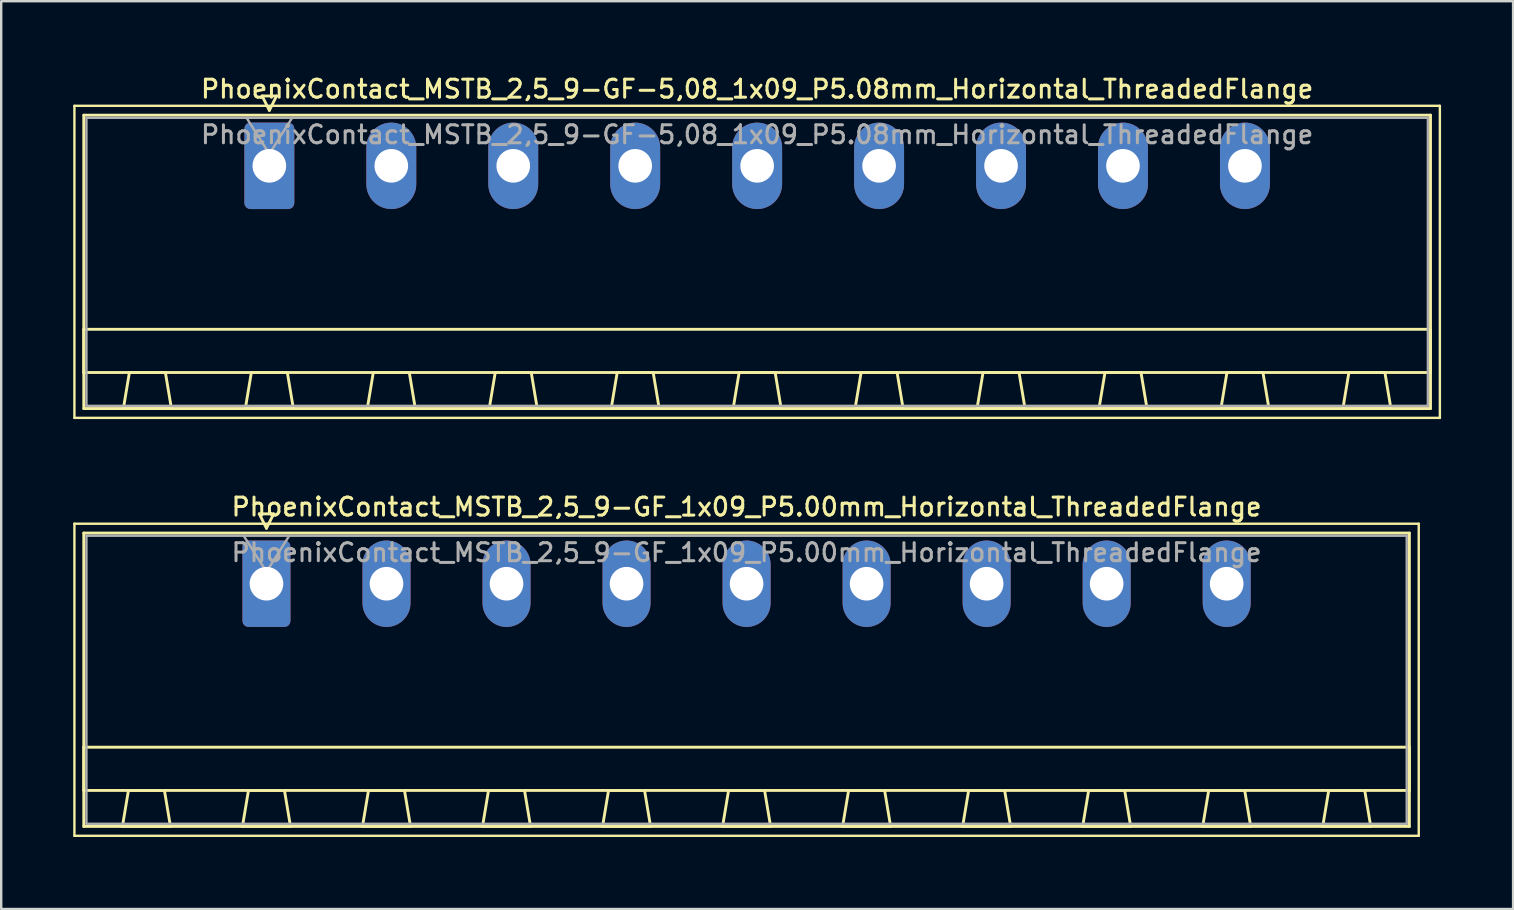
<source format=kicad_pcb>
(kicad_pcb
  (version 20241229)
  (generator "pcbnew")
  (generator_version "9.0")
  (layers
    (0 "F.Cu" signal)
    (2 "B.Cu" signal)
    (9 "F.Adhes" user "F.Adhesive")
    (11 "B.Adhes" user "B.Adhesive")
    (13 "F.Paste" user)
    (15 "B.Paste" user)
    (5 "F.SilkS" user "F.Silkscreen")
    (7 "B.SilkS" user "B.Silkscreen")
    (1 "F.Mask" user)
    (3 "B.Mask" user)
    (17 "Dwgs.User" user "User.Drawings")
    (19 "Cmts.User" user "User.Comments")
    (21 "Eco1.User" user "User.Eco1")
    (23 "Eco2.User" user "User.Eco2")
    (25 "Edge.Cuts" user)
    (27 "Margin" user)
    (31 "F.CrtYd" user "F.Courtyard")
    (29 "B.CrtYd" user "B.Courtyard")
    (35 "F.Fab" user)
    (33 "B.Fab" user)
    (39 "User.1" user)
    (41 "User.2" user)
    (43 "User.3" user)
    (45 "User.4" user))
  (footprint "PhoenixContact_MSTB_2,5_9-GF-5,08_1x09_P5.08mm_Horizontal_ThreadedFlange"
    (layer "F.Cu")
    (at 8.17 3.858)
    (property "Reference" "PhoenixContact_MSTB_2,5_9-GF-5,08_1x09_P5.08mm_Horizontal_ThreadedFlange" (at 20.32 -3.2 0) (layer "F.SilkS") (effects (font (size 0.75 0.75) (thickness 0.125))))
    (attr through_hole)
    (fp_line (start -8.12 -2.5) (end -8.12 10.5) (stroke (width 0.1) (type solid)) (layer "F.SilkS"))
    (fp_line (start -8.12 10.5) (end 48.76 10.5) (stroke (width 0.1) (type solid)) (layer "F.SilkS"))
    (fp_line (start -7.73 -2.11) (end -7.73 10.11) (stroke (width 0.12) (type solid)) (layer "F.SilkS"))
    (fp_line (start -7.73 6.81) (end 48.37 6.81) (stroke (width 0.12) (type solid)) (layer "F.SilkS"))
    (fp_line (start -7.73 8.61) (end -7.73 6.81) (stroke (width 0.12) (type solid)) (layer "F.SilkS"))
    (fp_line (start -7.73 10.11) (end 48.37 10.11) (stroke (width 0.12) (type solid)) (layer "F.SilkS"))
    (fp_line (start -6.08 10.11) (end -4.08 10.11) (stroke (width 0.12) (type solid)) (layer "F.SilkS"))
    (fp_line (start -5.83 8.61) (end -6.08 10.11) (stroke (width 0.12) (type solid)) (layer "F.SilkS"))
    (fp_line (start -4.33 8.61) (end -5.83 8.61) (stroke (width 0.12) (type solid)) (layer "F.SilkS"))
    (fp_line (start -4.08 10.11) (end -4.33 8.61) (stroke (width 0.12) (type solid)) (layer "F.SilkS"))
    (fp_line (start -1 10.11) (end 1 10.11) (stroke (width 0.12) (type solid)) (layer "F.SilkS"))
    (fp_line (start -0.75 8.61) (end -1 10.11) (stroke (width 0.12) (type solid)) (layer "F.SilkS"))
    (fp_line (start -0.3 -2.91) (end 0.3 -2.91) (stroke (width 0.12) (type solid)) (layer "F.SilkS"))
    (fp_line (start 0 -2.31) (end -0.3 -2.91) (stroke (width 0.12) (type solid)) (layer "F.SilkS"))
    (fp_line (start 0.3 -2.91) (end 0 -2.31) (stroke (width 0.12) (type solid)) (layer "F.SilkS"))
    (fp_line (start 0.75 8.61) (end -0.75 8.61) (stroke (width 0.12) (type solid)) (layer "F.SilkS"))
    (fp_line (start 1 10.11) (end 0.75 8.61) (stroke (width 0.12) (type solid)) (layer "F.SilkS"))
    (fp_line (start 4.08 10.11) (end 6.08 10.11) (stroke (width 0.12) (type solid)) (layer "F.SilkS"))
    (fp_line (start 4.33 8.61) (end 4.08 10.11) (stroke (width 0.12) (type solid)) (layer "F.SilkS"))
    (fp_line (start 5.83 8.61) (end 4.33 8.61) (stroke (width 0.12) (type solid)) (layer "F.SilkS"))
    (fp_line (start 6.08 10.11) (end 5.83 8.61) (stroke (width 0.12) (type solid)) (layer "F.SilkS"))
    (fp_line (start 9.16 10.11) (end 11.16 10.11) (stroke (width 0.12) (type solid)) (layer "F.SilkS"))
    (fp_line (start 9.41 8.61) (end 9.16 10.11) (stroke (width 0.12) (type solid)) (layer "F.SilkS"))
    (fp_line (start 10.91 8.61) (end 9.41 8.61) (stroke (width 0.12) (type solid)) (layer "F.SilkS"))
    (fp_line (start 11.16 10.11) (end 10.91 8.61) (stroke (width 0.12) (type solid)) (layer "F.SilkS"))
    (fp_line (start 14.24 10.11) (end 16.24 10.11) (stroke (width 0.12) (type solid)) (layer "F.SilkS"))
    (fp_line (start 14.49 8.61) (end 14.24 10.11) (stroke (width 0.12) (type solid)) (layer "F.SilkS"))
    (fp_line (start 15.99 8.61) (end 14.49 8.61) (stroke (width 0.12) (type solid)) (layer "F.SilkS"))
    (fp_line (start 16.24 10.11) (end 15.99 8.61) (stroke (width 0.12) (type solid)) (layer "F.SilkS"))
    (fp_line (start 19.32 10.11) (end 21.32 10.11) (stroke (width 0.12) (type solid)) (layer "F.SilkS"))
    (fp_line (start 19.57 8.61) (end 19.32 10.11) (stroke (width 0.12) (type solid)) (layer "F.SilkS"))
    (fp_line (start 21.07 8.61) (end 19.57 8.61) (stroke (width 0.12) (type solid)) (layer "F.SilkS"))
    (fp_line (start 21.32 10.11) (end 21.07 8.61) (stroke (width 0.12) (type solid)) (layer "F.SilkS"))
    (fp_line (start 24.4 10.11) (end 26.4 10.11) (stroke (width 0.12) (type solid)) (layer "F.SilkS"))
    (fp_line (start 24.65 8.61) (end 24.4 10.11) (stroke (width 0.12) (type solid)) (layer "F.SilkS"))
    (fp_line (start 26.15 8.61) (end 24.65 8.61) (stroke (width 0.12) (type solid)) (layer "F.SilkS"))
    (fp_line (start 26.4 10.11) (end 26.15 8.61) (stroke (width 0.12) (type solid)) (layer "F.SilkS"))
    (fp_line (start 29.48 10.11) (end 31.48 10.11) (stroke (width 0.12) (type solid)) (layer "F.SilkS"))
    (fp_line (start 29.73 8.61) (end 29.48 10.11) (stroke (width 0.12) (type solid)) (layer "F.SilkS"))
    (fp_line (start 31.23 8.61) (end 29.73 8.61) (stroke (width 0.12) (type solid)) (layer "F.SilkS"))
    (fp_line (start 31.48 10.11) (end 31.23 8.61) (stroke (width 0.12) (type solid)) (layer "F.SilkS"))
    (fp_line (start 34.56 10.11) (end 36.56 10.11) (stroke (width 0.12) (type solid)) (layer "F.SilkS"))
    (fp_line (start 34.81 8.61) (end 34.56 10.11) (stroke (width 0.12) (type solid)) (layer "F.SilkS"))
    (fp_line (start 36.31 8.61) (end 34.81 8.61) (stroke (width 0.12) (type solid)) (layer "F.SilkS"))
    (fp_line (start 36.56 10.11) (end 36.31 8.61) (stroke (width 0.12) (type solid)) (layer "F.SilkS"))
    (fp_line (start 39.64 10.11) (end 41.64 10.11) (stroke (width 0.12) (type solid)) (layer "F.SilkS"))
    (fp_line (start 39.89 8.61) (end 39.64 10.11) (stroke (width 0.12) (type solid)) (layer "F.SilkS"))
    (fp_line (start 41.39 8.61) (end 39.89 8.61) (stroke (width 0.12) (type solid)) (layer "F.SilkS"))
    (fp_line (start 41.64 10.11) (end 41.39 8.61) (stroke (width 0.12) (type solid)) (layer "F.SilkS"))
    (fp_line (start 44.72 10.11) (end 46.72 10.11) (stroke (width 0.12) (type solid)) (layer "F.SilkS"))
    (fp_line (start 44.97 8.61) (end 44.72 10.11) (stroke (width 0.12) (type solid)) (layer "F.SilkS"))
    (fp_line (start 46.47 8.61) (end 44.97 8.61) (stroke (width 0.12) (type solid)) (layer "F.SilkS"))
    (fp_line (start 46.72 10.11) (end 46.47 8.61) (stroke (width 0.12) (type solid)) (layer "F.SilkS"))
    (fp_line (start 48.37 -2.11) (end -7.73 -2.11) (stroke (width 0.12) (type solid)) (layer "F.SilkS"))
    (fp_line (start 48.37 6.81) (end 48.37 8.61) (stroke (width 0.12) (type solid)) (layer "F.SilkS"))
    (fp_line (start 48.37 8.61) (end -7.73 8.61) (stroke (width 0.12) (type solid)) (layer "F.SilkS"))
    (fp_line (start 48.37 10.11) (end 48.37 -2.11) (stroke (width 0.12) (type solid)) (layer "F.SilkS"))
    (fp_line (start 48.76 -2.5) (end -8.12 -2.5) (stroke (width 0.1) (type solid)) (layer "F.SilkS"))
    (fp_line (start 48.76 10.5) (end 48.76 -2.5) (stroke (width 0.1) (type solid)) (layer "F.SilkS"))
    (fp_line (start -7.62 -2) (end -7.62 10) (stroke (width 0.1) (type solid)) (layer "F.Fab"))
    (fp_line (start -7.62 10) (end 48.26 10) (stroke (width 0.1) (type solid)) (layer "F.Fab"))
    (fp_line (start 0 -0.5) (end -0.95 -2) (stroke (width 0.1) (type solid)) (layer "F.Fab"))
    (fp_line (start 0.95 -2) (end 0 -0.5) (stroke (width 0.1) (type solid)) (layer "F.Fab"))
    (fp_line (start 48.26 -2) (end -7.62 -2) (stroke (width 0.1) (type solid)) (layer "F.Fab"))
    (fp_line (start 48.26 10) (end 48.26 -2) (stroke (width 0.1) (type solid)) (layer "F.Fab"))
    (fp_text user "${REFERENCE}" (at 20.32 -1.3 0) (layer "F.Fab") (effects (font (size 0.75 0.75) (thickness 0.125))))
    (pad "1" thru_hole roundrect (at 0 0) (size 2.08 3.6) (drill 1.4) (layers "*.Cu" "*.Mask") (roundrect_rratio 0.12))
    (pad "2" thru_hole oval (at 5.08 0) (size 2.08 3.6) (drill 1.4) (layers "*.Cu" "*.Mask"))
    (pad "3" thru_hole oval (at 10.16 0) (size 2.08 3.6) (drill 1.4) (layers "*.Cu" "*.Mask"))
    (pad "4" thru_hole oval (at 15.24 0) (size 2.08 3.6) (drill 1.4) (layers "*.Cu" "*.Mask"))
    (pad "5" thru_hole oval (at 20.32 0) (size 2.08 3.6) (drill 1.4) (layers "*.Cu" "*.Mask"))
    (pad "6" thru_hole oval (at 25.4 0) (size 2.08 3.6) (drill 1.4) (layers "*.Cu" "*.Mask"))
    (pad "7" thru_hole oval (at 30.48 0) (size 2.08 3.6) (drill 1.4) (layers "*.Cu" "*.Mask"))
    (pad "8" thru_hole oval (at 35.56 0) (size 2.08 3.6) (drill 1.4) (layers "*.Cu" "*.Mask"))
    (pad "9" thru_hole oval (at 40.64 0) (size 2.08 3.6) (drill 1.4) (layers "*.Cu" "*.Mask")))
  (footprint "PhoenixContact_MSTB_2,5_9-GF_1x09_P5.00mm_Horizontal_ThreadedFlange"
    (layer "F.Cu")
    (at 8.05 21.266)
    (property "Reference" "PhoenixContact_MSTB_2,5_9-GF_1x09_P5.00mm_Horizontal_ThreadedFlange" (at 20 -3.2 0) (layer "F.SilkS") (effects (font (size 0.75 0.75) (thickness 0.125))))
    (attr through_hole)
    (fp_line (start -8 -2.5) (end -8 10.5) (stroke (width 0.1) (type solid)) (layer "F.SilkS"))
    (fp_line (start -8 10.5) (end 48 10.5) (stroke (width 0.1) (type solid)) (layer "F.SilkS"))
    (fp_line (start -7.61 -2.11) (end -7.61 10.11) (stroke (width 0.12) (type solid)) (layer "F.SilkS"))
    (fp_line (start -7.61 6.81) (end 47.61 6.81) (stroke (width 0.12) (type solid)) (layer "F.SilkS"))
    (fp_line (start -7.61 8.61) (end -7.61 6.81) (stroke (width 0.12) (type solid)) (layer "F.SilkS"))
    (fp_line (start -7.61 10.11) (end 47.61 10.11) (stroke (width 0.12) (type solid)) (layer "F.SilkS"))
    (fp_line (start -6 10.11) (end -4 10.11) (stroke (width 0.12) (type solid)) (layer "F.SilkS"))
    (fp_line (start -5.75 8.61) (end -6 10.11) (stroke (width 0.12) (type solid)) (layer "F.SilkS"))
    (fp_line (start -4.25 8.61) (end -5.75 8.61) (stroke (width 0.12) (type solid)) (layer "F.SilkS"))
    (fp_line (start -4 10.11) (end -4.25 8.61) (stroke (width 0.12) (type solid)) (layer "F.SilkS"))
    (fp_line (start -1 10.11) (end 1 10.11) (stroke (width 0.12) (type solid)) (layer "F.SilkS"))
    (fp_line (start -0.75 8.61) (end -1 10.11) (stroke (width 0.12) (type solid)) (layer "F.SilkS"))
    (fp_line (start -0.3 -2.91) (end 0.3 -2.91) (stroke (width 0.12) (type solid)) (layer "F.SilkS"))
    (fp_line (start 0 -2.31) (end -0.3 -2.91) (stroke (width 0.12) (type solid)) (layer "F.SilkS"))
    (fp_line (start 0.3 -2.91) (end 0 -2.31) (stroke (width 0.12) (type solid)) (layer "F.SilkS"))
    (fp_line (start 0.75 8.61) (end -0.75 8.61) (stroke (width 0.12) (type solid)) (layer "F.SilkS"))
    (fp_line (start 1 10.11) (end 0.75 8.61) (stroke (width 0.12) (type solid)) (layer "F.SilkS"))
    (fp_line (start 4 10.11) (end 6 10.11) (stroke (width 0.12) (type solid)) (layer "F.SilkS"))
    (fp_line (start 4.25 8.61) (end 4 10.11) (stroke (width 0.12) (type solid)) (layer "F.SilkS"))
    (fp_line (start 5.75 8.61) (end 4.25 8.61) (stroke (width 0.12) (type solid)) (layer "F.SilkS"))
    (fp_line (start 6 10.11) (end 5.75 8.61) (stroke (width 0.12) (type solid)) (layer "F.SilkS"))
    (fp_line (start 9 10.11) (end 11 10.11) (stroke (width 0.12) (type solid)) (layer "F.SilkS"))
    (fp_line (start 9.25 8.61) (end 9 10.11) (stroke (width 0.12) (type solid)) (layer "F.SilkS"))
    (fp_line (start 10.75 8.61) (end 9.25 8.61) (stroke (width 0.12) (type solid)) (layer "F.SilkS"))
    (fp_line (start 11 10.11) (end 10.75 8.61) (stroke (width 0.12) (type solid)) (layer "F.SilkS"))
    (fp_line (start 14 10.11) (end 16 10.11) (stroke (width 0.12) (type solid)) (layer "F.SilkS"))
    (fp_line (start 14.25 8.61) (end 14 10.11) (stroke (width 0.12) (type solid)) (layer "F.SilkS"))
    (fp_line (start 15.75 8.61) (end 14.25 8.61) (stroke (width 0.12) (type solid)) (layer "F.SilkS"))
    (fp_line (start 16 10.11) (end 15.75 8.61) (stroke (width 0.12) (type solid)) (layer "F.SilkS"))
    (fp_line (start 19 10.11) (end 21 10.11) (stroke (width 0.12) (type solid)) (layer "F.SilkS"))
    (fp_line (start 19.25 8.61) (end 19 10.11) (stroke (width 0.12) (type solid)) (layer "F.SilkS"))
    (fp_line (start 20.75 8.61) (end 19.25 8.61) (stroke (width 0.12) (type solid)) (layer "F.SilkS"))
    (fp_line (start 21 10.11) (end 20.75 8.61) (stroke (width 0.12) (type solid)) (layer "F.SilkS"))
    (fp_line (start 24 10.11) (end 26 10.11) (stroke (width 0.12) (type solid)) (layer "F.SilkS"))
    (fp_line (start 24.25 8.61) (end 24 10.11) (stroke (width 0.12) (type solid)) (layer "F.SilkS"))
    (fp_line (start 25.75 8.61) (end 24.25 8.61) (stroke (width 0.12) (type solid)) (layer "F.SilkS"))
    (fp_line (start 26 10.11) (end 25.75 8.61) (stroke (width 0.12) (type solid)) (layer "F.SilkS"))
    (fp_line (start 29 10.11) (end 31 10.11) (stroke (width 0.12) (type solid)) (layer "F.SilkS"))
    (fp_line (start 29.25 8.61) (end 29 10.11) (stroke (width 0.12) (type solid)) (layer "F.SilkS"))
    (fp_line (start 30.75 8.61) (end 29.25 8.61) (stroke (width 0.12) (type solid)) (layer "F.SilkS"))
    (fp_line (start 31 10.11) (end 30.75 8.61) (stroke (width 0.12) (type solid)) (layer "F.SilkS"))
    (fp_line (start 34 10.11) (end 36 10.11) (stroke (width 0.12) (type solid)) (layer "F.SilkS"))
    (fp_line (start 34.25 8.61) (end 34 10.11) (stroke (width 0.12) (type solid)) (layer "F.SilkS"))
    (fp_line (start 35.75 8.61) (end 34.25 8.61) (stroke (width 0.12) (type solid)) (layer "F.SilkS"))
    (fp_line (start 36 10.11) (end 35.75 8.61) (stroke (width 0.12) (type solid)) (layer "F.SilkS"))
    (fp_line (start 39 10.11) (end 41 10.11) (stroke (width 0.12) (type solid)) (layer "F.SilkS"))
    (fp_line (start 39.25 8.61) (end 39 10.11) (stroke (width 0.12) (type solid)) (layer "F.SilkS"))
    (fp_line (start 40.75 8.61) (end 39.25 8.61) (stroke (width 0.12) (type solid)) (layer "F.SilkS"))
    (fp_line (start 41 10.11) (end 40.75 8.61) (stroke (width 0.12) (type solid)) (layer "F.SilkS"))
    (fp_line (start 44 10.11) (end 46 10.11) (stroke (width 0.12) (type solid)) (layer "F.SilkS"))
    (fp_line (start 44.25 8.61) (end 44 10.11) (stroke (width 0.12) (type solid)) (layer "F.SilkS"))
    (fp_line (start 45.75 8.61) (end 44.25 8.61) (stroke (width 0.12) (type solid)) (layer "F.SilkS"))
    (fp_line (start 46 10.11) (end 45.75 8.61) (stroke (width 0.12) (type solid)) (layer "F.SilkS"))
    (fp_line (start 47.61 -2.11) (end -7.61 -2.11) (stroke (width 0.12) (type solid)) (layer "F.SilkS"))
    (fp_line (start 47.61 6.81) (end 47.61 8.61) (stroke (width 0.12) (type solid)) (layer "F.SilkS"))
    (fp_line (start 47.61 8.61) (end -7.61 8.61) (stroke (width 0.12) (type solid)) (layer "F.SilkS"))
    (fp_line (start 47.61 10.11) (end 47.61 -2.11) (stroke (width 0.12) (type solid)) (layer "F.SilkS"))
    (fp_line (start 48 -2.5) (end -8 -2.5) (stroke (width 0.1) (type solid)) (layer "F.SilkS"))
    (fp_line (start 48 10.5) (end 48 -2.5) (stroke (width 0.1) (type solid)) (layer "F.SilkS"))
    (fp_line (start -7.5 -2) (end -7.5 10) (stroke (width 0.1) (type solid)) (layer "F.Fab"))
    (fp_line (start -7.5 10) (end 47.5 10) (stroke (width 0.1) (type solid)) (layer "F.Fab"))
    (fp_line (start 0 -0.5) (end -0.95 -2) (stroke (width 0.1) (type solid)) (layer "F.Fab"))
    (fp_line (start 0.95 -2) (end 0 -0.5) (stroke (width 0.1) (type solid)) (layer "F.Fab"))
    (fp_line (start 47.5 -2) (end -7.5 -2) (stroke (width 0.1) (type solid)) (layer "F.Fab"))
    (fp_line (start 47.5 10) (end 47.5 -2) (stroke (width 0.1) (type solid)) (layer "F.Fab"))
    (fp_text user "${REFERENCE}" (at 20 -1.3 0) (layer "F.Fab") (effects (font (size 0.75 0.75) (thickness 0.125))))
    (pad "1" thru_hole roundrect (at 0 0) (size 2 3.6) (drill 1.4) (layers "*.Cu" "*.Mask") (roundrect_rratio 0.125))
    (pad "2" thru_hole oval (at 5 0) (size 2 3.6) (drill 1.4) (layers "*.Cu" "*.Mask"))
    (pad "3" thru_hole oval (at 10 0) (size 2 3.6) (drill 1.4) (layers "*.Cu" "*.Mask"))
    (pad "4" thru_hole oval (at 15 0) (size 2 3.6) (drill 1.4) (layers "*.Cu" "*.Mask"))
    (pad "5" thru_hole oval (at 20 0) (size 2 3.6) (drill 1.4) (layers "*.Cu" "*.Mask"))
    (pad "6" thru_hole oval (at 25 0) (size 2 3.6) (drill 1.4) (layers "*.Cu" "*.Mask"))
    (pad "7" thru_hole oval (at 30 0) (size 2 3.6) (drill 1.4) (layers "*.Cu" "*.Mask"))
    (pad "8" thru_hole oval (at 35 0) (size 2 3.6) (drill 1.4) (layers "*.Cu" "*.Mask"))
    (pad "9" thru_hole oval (at 40 0) (size 2 3.6) (drill 1.4) (layers "*.Cu" "*.Mask")))
  (gr_rect
    (start -3 -3)
    (end 59.98 34.816)
    (stroke (width 0.1) (type default))
    (fill no)
    (layer "Edge.Cuts")))
</source>
